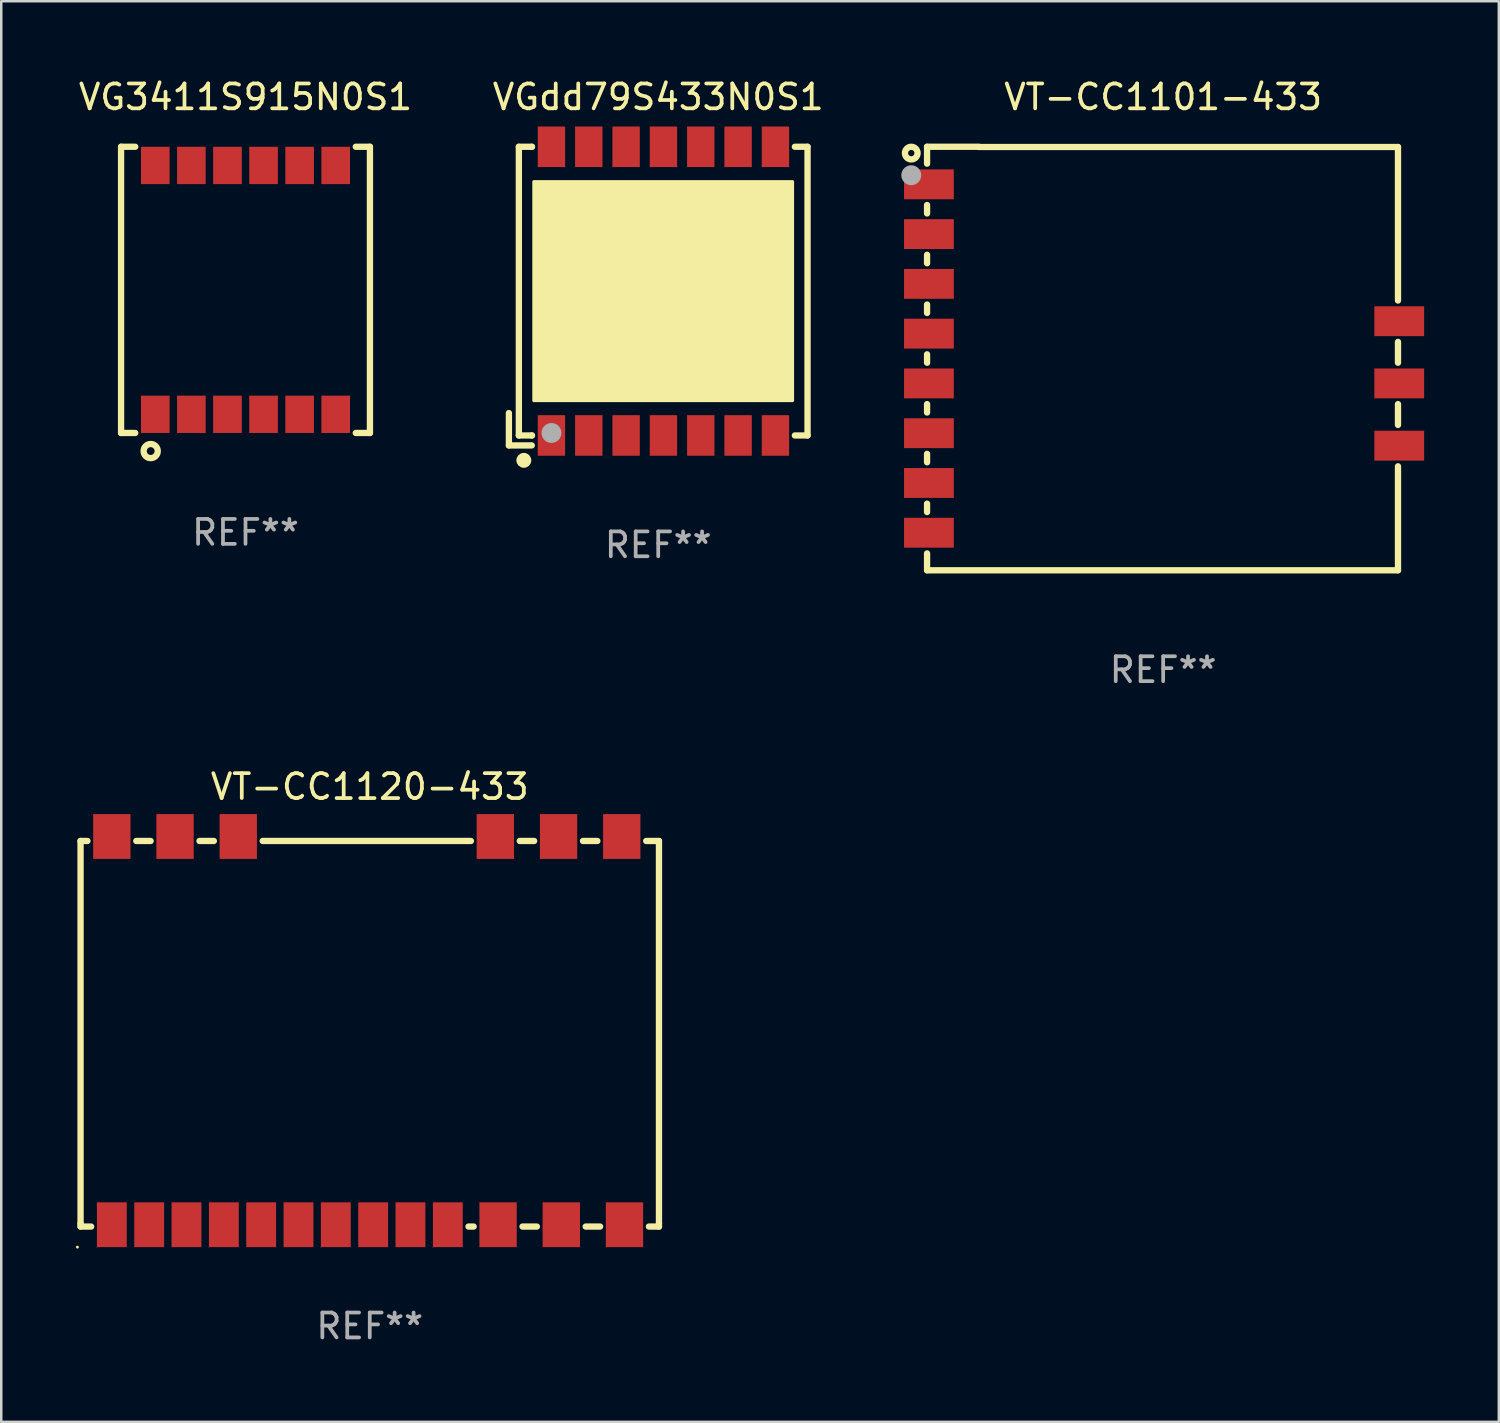
<source format=kicad_pcb>
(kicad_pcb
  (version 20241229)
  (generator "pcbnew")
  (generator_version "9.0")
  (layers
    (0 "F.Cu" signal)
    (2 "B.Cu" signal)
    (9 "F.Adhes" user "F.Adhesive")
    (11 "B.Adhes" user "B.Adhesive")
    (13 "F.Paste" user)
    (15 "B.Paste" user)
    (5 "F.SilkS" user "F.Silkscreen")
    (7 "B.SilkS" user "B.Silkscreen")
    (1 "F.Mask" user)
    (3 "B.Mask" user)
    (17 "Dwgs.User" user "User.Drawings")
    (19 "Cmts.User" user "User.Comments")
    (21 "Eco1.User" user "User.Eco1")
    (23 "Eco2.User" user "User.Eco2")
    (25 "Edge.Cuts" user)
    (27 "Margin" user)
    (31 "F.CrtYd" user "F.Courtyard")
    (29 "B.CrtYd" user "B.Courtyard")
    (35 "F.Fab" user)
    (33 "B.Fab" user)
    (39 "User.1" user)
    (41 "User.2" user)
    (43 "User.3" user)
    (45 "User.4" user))
  (footprint "VT-CC1101-433"
    (layer "F.Cu")
    (at 43.689 11.357)
    (property "Reference" "VT-CC1101-433" (at 0 -10.509 0) (layer "F.SilkS") (effects (font (size 1 1) (thickness 0.15))))
    (attr through_hole)
    (fp_line (start -9.487 -8.509) (end -7.412 -8.509) (stroke (width 0.254) (type solid)) (layer "F.SilkS"))
    (fp_line (start -9.487 -7.831) (end -9.487 -8.509) (stroke (width 0.254) (type solid)) (layer "F.SilkS"))
    (fp_line (start -9.487 -5.831) (end -9.487 -6.169) (stroke (width 0.254) (type solid)) (layer "F.SilkS"))
    (fp_line (start -9.487 -3.831) (end -9.487 -4.169) (stroke (width 0.254) (type solid)) (layer "F.SilkS"))
    (fp_line (start -9.487 -1.831) (end -9.487 -2.169) (stroke (width 0.254) (type solid)) (layer "F.SilkS"))
    (fp_line (start -9.487 0.169) (end -9.487 -0.169) (stroke (width 0.254) (type solid)) (layer "F.SilkS"))
    (fp_line (start -9.487 2.169) (end -9.487 1.831) (stroke (width 0.254) (type solid)) (layer "F.SilkS"))
    (fp_line (start -9.487 4.169) (end -9.487 3.831) (stroke (width 0.254) (type solid)) (layer "F.SilkS"))
    (fp_line (start -9.487 6.169) (end -9.487 5.831) (stroke (width 0.254) (type solid)) (layer "F.SilkS"))
    (fp_line (start -9.487 8.509) (end -9.487 7.831) (stroke (width 0.254) (type solid)) (layer "F.SilkS"))
    (fp_line (start -7.412 -8.5) (end 9.436 -8.5) (stroke (width 0.254) (type solid)) (layer "F.SilkS"))
    (fp_line (start 9.436 -8.5) (end 9.436 -2.331) (stroke (width 0.254) (type solid)) (layer "F.SilkS"))
    (fp_line (start 9.436 -0.669) (end 9.436 0.169) (stroke (width 0.254) (type solid)) (layer "F.SilkS"))
    (fp_line (start 9.436 1.831) (end 9.436 2.669) (stroke (width 0.254) (type solid)) (layer "F.SilkS"))
    (fp_line (start 9.436 4.331) (end 9.436 8.509) (stroke (width 0.254) (type solid)) (layer "F.SilkS"))
    (fp_line (start 9.436 8.509) (end -9.487 8.509) (stroke (width 0.254) (type solid)) (layer "F.SilkS"))
    (fp_circle (center -10.122 -8.255) (end -9.868 -8.255) (stroke (width 0.254) (type solid)) (fill no) (layer "F.SilkS"))
    (fp_circle (center -9.412 -8.5) (end -9.382 -8.5) (stroke (width 0.06) (type solid)) (fill no) (layer "F.SilkS"))
    (fp_circle (center -10.122 -7.366) (end -9.922 -7.366) (stroke (width 0.4) (type solid)) (fill no) (layer "F.Fab"))
    (fp_text user "REF**" (at 0 12.509 0) (layer "F.Fab") (effects (font (size 1 1) (thickness 0.15))))
    (pad "1" smd rect (at -9.412 -7) (size 2 1.2) (layers "F.Cu" "F.Mask" "F.Paste"))
    (pad "2" smd rect (at -9.412 -5) (size 2 1.2) (layers "F.Cu" "F.Mask" "F.Paste"))
    (pad "3" smd rect (at -9.412 -3) (size 2 1.2) (layers "F.Cu" "F.Mask" "F.Paste"))
    (pad "4" smd rect (at -9.412 -1) (size 2 1.2) (layers "F.Cu" "F.Mask" "F.Paste"))
    (pad "5" smd rect (at -9.412 1) (size 2 1.2) (layers "F.Cu" "F.Mask" "F.Paste"))
    (pad "6" smd rect (at -9.412 3) (size 2 1.2) (layers "F.Cu" "F.Mask" "F.Paste"))
    (pad "7" smd rect (at -9.412 5) (size 2 1.2) (layers "F.Cu" "F.Mask" "F.Paste"))
    (pad "8" smd rect (at -9.412 7) (size 2 1.2) (layers "F.Cu" "F.Mask" "F.Paste"))
    (pad "9" smd rect (at 9.487 3.5) (size 2 1.2) (layers "F.Cu" "F.Mask" "F.Paste"))
    (pad "10" smd rect (at 9.487 1) (size 2 1.2) (layers "F.Cu" "F.Mask" "F.Paste"))
    (pad "11" smd rect (at 9.487 -1.5) (size 2 1.2) (layers "F.Cu" "F.Mask" "F.Paste")))
  (footprint "VT-CC1120-433"
    (layer "F.Cu")
    (at 11.808 38.4)
    (property "Reference" "VT-CC1120-433" (at 0 -9.837 0) (layer "F.SilkS") (effects (font (size 1 1) (thickness 0.15))))
    (attr through_hole)
    (fp_line (start -11.621 -7.657) (end -11.345 -7.657) (stroke (width 0.254) (type solid)) (layer "F.SilkS"))
    (fp_line (start -11.621 7.71) (end -11.621 -7.657) (stroke (width 0.254) (type solid)) (layer "F.SilkS"))
    (fp_line (start -11.621 7.837) (end -11.621 7.71) (stroke (width 0.254) (type solid)) (layer "F.SilkS"))
    (fp_line (start -11.195 7.837) (end -11.621 7.837) (stroke (width 0.254) (type solid)) (layer "F.SilkS"))
    (fp_line (start -9.382 -7.657) (end -8.805 -7.657) (stroke (width 0.254) (type solid)) (layer "F.SilkS"))
    (fp_line (start -6.842 -7.657) (end -6.265 -7.657) (stroke (width 0.254) (type solid)) (layer "F.SilkS"))
    (fp_line (start -4.302 -7.657) (end 4.065 -7.657) (stroke (width 0.254) (type solid)) (layer "F.SilkS"))
    (fp_line (start 4.175 7.837) (end 3.968 7.837) (stroke (width 0.254) (type solid)) (layer "F.SilkS"))
    (fp_line (start 6.028 -7.657) (end 6.605 -7.657) (stroke (width 0.254) (type solid)) (layer "F.SilkS"))
    (fp_line (start 6.715 7.837) (end 6.138 7.837) (stroke (width 0.254) (type solid)) (layer "F.SilkS"))
    (fp_line (start 8.568 -7.657) (end 9.145 -7.657) (stroke (width 0.254) (type solid)) (layer "F.SilkS"))
    (fp_line (start 9.255 7.837) (end 8.678 7.837) (stroke (width 0.254) (type solid)) (layer "F.SilkS"))
    (fp_line (start 11.108 -7.657) (end 11.621 -7.657) (stroke (width 0.254) (type solid)) (layer "F.SilkS"))
    (fp_line (start 11.621 -7.657) (end 11.621 7.71) (stroke (width 0.254) (type solid)) (layer "F.SilkS"))
    (fp_line (start 11.621 7.71) (end 11.621 7.837) (stroke (width 0.254) (type solid)) (layer "F.SilkS"))
    (fp_line (start 11.621 7.837) (end 11.218 7.837) (stroke (width 0.254) (type solid)) (layer "F.SilkS"))
    (fp_circle (center -11.748 8.663) (end -11.718 8.663) (stroke (width 0.06) (type solid)) (fill no) (layer "F.SilkS"))
    (fp_text user "REF**" (at 0 11.837 0) (layer "F.Fab") (effects (font (size 1 1) (thickness 0.15))))
    (pad "1" smd rect (at -10.364 7.763) (size 1.2 1.8) (layers "F.Cu" "F.Mask" "F.Paste"))
    (pad "2" smd rect (at -8.863 7.763) (size 1.2 1.8) (layers "F.Cu" "F.Mask" "F.Paste"))
    (pad "3" smd rect (at -7.364 7.763) (size 1.2 1.8) (layers "F.Cu" "F.Mask" "F.Paste"))
    (pad "4" smd rect (at -5.863 7.763) (size 1.2 1.8) (layers "F.Cu" "F.Mask" "F.Paste"))
    (pad "5" smd rect (at -4.364 7.763) (size 1.2 1.8) (layers "F.Cu" "F.Mask" "F.Paste"))
    (pad "6" smd rect (at -2.863 7.763) (size 1.2 1.8) (layers "F.Cu" "F.Mask" "F.Paste"))
    (pad "7" smd rect (at -1.364 7.763) (size 1.2 1.8) (layers "F.Cu" "F.Mask" "F.Paste"))
    (pad "8" smd rect (at 0.137 7.763) (size 1.2 1.8) (layers "F.Cu" "F.Mask" "F.Paste"))
    (pad "9" smd rect (at 1.636 7.763) (size 1.2 1.8) (layers "F.Cu" "F.Mask" "F.Paste"))
    (pad "10" smd rect (at 3.137 7.763) (size 1.2 1.8) (layers "F.Cu" "F.Mask" "F.Paste"))
    (pad "11" smd rect (at 5.156 7.763) (size 1.5 1.8) (layers "F.Cu" "F.Mask" "F.Paste"))
    (pad "12" smd rect (at 7.696 7.763) (size 1.5 1.8) (layers "F.Cu" "F.Mask" "F.Paste"))
    (pad "13" smd rect (at 10.236 7.763) (size 1.5 1.8) (layers "F.Cu" "F.Mask" "F.Paste"))
    (pad "14" smd rect (at 10.126 -7.837) (size 1.5 1.8) (layers "F.Cu" "F.Mask" "F.Paste"))
    (pad "15" smd rect (at 7.586 -7.837) (size 1.5 1.8) (layers "F.Cu" "F.Mask" "F.Paste"))
    (pad "16" smd rect (at 5.046 -7.837) (size 1.5 1.8) (layers "F.Cu" "F.Mask" "F.Paste"))
    (pad "17" smd rect (at -10.364 -7.837) (size 1.5 1.8) (layers "F.Cu" "F.Mask" "F.Paste"))
    (pad "18" smd rect (at -7.824 -7.837) (size 1.5 1.8) (layers "F.Cu" "F.Mask" "F.Paste"))
    (pad "19" smd rect (at -5.284 -7.837) (size 1.5 1.8) (layers "F.Cu" "F.Mask" "F.Paste")))
  (footprint "VGdd79S433N0S1"
    (layer "F.Cu")
    (at 23.399 8.848)
    (property "Reference" "VGdd79S433N0S1" (at 0 -8 0) (layer "F.SilkS") (effects (font (size 1 1) (thickness 0.15))))
    (attr through_hole)
    (fp_line (start -6 4.7) (end -6 6) (stroke (width 0.254) (type solid)) (layer "F.SilkS"))
    (fp_line (start -6 6) (end -5.081 6) (stroke (width 0.254) (type solid)) (layer "F.SilkS"))
    (fp_line (start -5.6 -6) (end -5.081 -6) (stroke (width 0.254) (type solid)) (layer "F.SilkS"))
    (fp_line (start -5.6 5.6) (end -5.6 -6) (stroke (width 0.254) (type solid)) (layer "F.SilkS"))
    (fp_line (start -5.081 5.6) (end -5.6 5.6) (stroke (width 0.254) (type solid)) (layer "F.SilkS"))
    (fp_line (start -5.071 -6) (end -5.081 -6) (stroke (width 0.254) (type solid)) (layer "F.SilkS"))
    (fp_line (start -5.071 5.6) (end -5.081 5.6) (stroke (width 0.254) (type solid)) (layer "F.SilkS"))
    (fp_line (start 6 -6) (end 5.491 -6) (stroke (width 0.254) (type solid)) (layer "F.SilkS"))
    (fp_line (start 6 -6) (end 6 5.6) (stroke (width 0.254) (type solid)) (layer "F.SilkS"))
    (fp_line (start 6 5.6) (end 5.491 5.6) (stroke (width 0.254) (type solid)) (layer "F.SilkS"))
    (fp_circle (center -5.55 5.55) (end -5.52 5.55) (stroke (width 0.06) (type solid)) (fill no) (layer "F.SilkS"))
    (fp_circle (center -5.4 6.6) (end -5.25 6.6) (stroke (width 0.3) (type solid)) (fill no) (layer "F.SilkS"))
    (fp_circle (center -4.3 3.5) (end -4.1 3.5) (stroke (width 0.4) (type solid)) (fill no) (layer "F.SilkS"))
    (fp_poly (pts (xy -5 -4.6) (xy 5.4 -4.6) (xy 5.4 4.2) (xy -5 4.2)) (stroke (width 0.12) (type solid)) (fill yes) (layer "F.SilkS"))
    (fp_circle (center -4.29 5.5) (end -4.09 5.5) (stroke (width 0.4) (type solid)) (fill no) (layer "F.Fab"))
    (fp_text user "REF**" (at 0 10 0) (layer "F.Fab") (effects (font (size 1 1) (thickness 0.15))))
    (pad "1" smd rect (at -4.29 5.6) (size 1.1 1.63) (layers "F.Cu" "F.Mask" "F.Paste"))
    (pad "2" smd rect (at -2.79 5.6) (size 1.1 1.63) (layers "F.Cu" "F.Mask" "F.Paste"))
    (pad "3" smd rect (at -1.29 5.6) (size 1.1 1.63) (layers "F.Cu" "F.Mask" "F.Paste"))
    (pad "4" smd rect (at 0.21 5.6) (size 1.1 1.63) (layers "F.Cu" "F.Mask" "F.Paste"))
    (pad "5" smd rect (at 1.71 5.6) (size 1.1 1.63) (layers "F.Cu" "F.Mask" "F.Paste"))
    (pad "6" smd rect (at 3.21 5.6) (size 1.1 1.63) (layers "F.Cu" "F.Mask" "F.Paste"))
    (pad "7" smd rect (at 4.71 5.6) (size 1.1 1.63) (layers "F.Cu" "F.Mask" "F.Paste"))
    (pad "8" smd rect (at 4.71 -6) (size 1.1 1.63) (layers "F.Cu" "F.Mask" "F.Paste"))
    (pad "9" smd rect (at 3.21 -6) (size 1.1 1.63) (layers "F.Cu" "F.Mask" "F.Paste"))
    (pad "10" smd rect (at 1.71 -6) (size 1.1 1.63) (layers "F.Cu" "F.Mask" "F.Paste"))
    (pad "11" smd rect (at 0.21 -6) (size 1.1 1.63) (layers "F.Cu" "F.Mask" "F.Paste"))
    (pad "12" smd rect (at -1.29 -6) (size 1.1 1.63) (layers "F.Cu" "F.Mask" "F.Paste"))
    (pad "13" smd rect (at -2.79 -6) (size 1.1 1.63) (layers "F.Cu" "F.Mask" "F.Paste"))
    (pad "14" smd rect (at -4.29 -6) (size 1.1 1.63) (layers "F.Cu" "F.Mask" "F.Paste")))
  (footprint "VG3411S915N0S1"
    (layer "F.Cu")
    (at 6.815 8.598)
    (property "Reference" "VG3411S915N0S1" (at 0 -7.75 0) (layer "F.SilkS") (effects (font (size 1 1) (thickness 0.15))))
    (attr through_hole)
    (fp_line (start -5 -5.75) (end -5 5.75) (stroke (width 0.254) (type solid)) (layer "F.SilkS"))
    (fp_line (start -5 -5.75) (end -4.431 -5.75) (stroke (width 0.254) (type solid)) (layer "F.SilkS"))
    (fp_line (start -5 5.75) (end -4.431 5.75) (stroke (width 0.254) (type solid)) (layer "F.SilkS"))
    (fp_line (start 4.431 -5.75) (end 5 -5.75) (stroke (width 0.254) (type solid)) (layer "F.SilkS"))
    (fp_line (start 4.431 5.75) (end 5 5.75) (stroke (width 0.254) (type solid)) (layer "F.SilkS"))
    (fp_line (start 5 5.75) (end 5 -5.75) (stroke (width 0.254) (type solid)) (layer "F.SilkS"))
    (fp_circle (center -3.81 6.477) (end -3.526 6.477) (stroke (width 0.254) (type solid)) (fill no) (layer "F.SilkS"))
    (fp_text user "REF**" (at 0 9.75 0) (layer "F.Fab") (effects (font (size 1 1) (thickness 0.15))))
    (pad "1" smd rect (at -3.625 5) (size 1.15 1.5) (layers "F.Cu" "F.Mask" "F.Paste"))
    (pad "2" smd rect (at -2.175 5) (size 1.15 1.5) (layers "F.Cu" "F.Mask" "F.Paste"))
    (pad "3" smd rect (at -0.725 5) (size 1.15 1.5) (layers "F.Cu" "F.Mask" "F.Paste"))
    (pad "4" smd rect (at 0.725 5) (size 1.15 1.5) (layers "F.Cu" "F.Mask" "F.Paste"))
    (pad "5" smd rect (at 2.175 5) (size 1.15 1.5) (layers "F.Cu" "F.Mask" "F.Paste"))
    (pad "6" smd rect (at 3.625 5) (size 1.15 1.5) (layers "F.Cu" "F.Mask" "F.Paste"))
    (pad "7" smd rect (at 3.625 -5) (size 1.15 1.5) (layers "F.Cu" "F.Mask" "F.Paste"))
    (pad "8" smd rect (at 2.175 -5) (size 1.15 1.5) (layers "F.Cu" "F.Mask" "F.Paste"))
    (pad "9" smd rect (at 0.725 -5) (size 1.15 1.5) (layers "F.Cu" "F.Mask" "F.Paste"))
    (pad "10" smd rect (at -0.725 -5) (size 1.15 1.5) (layers "F.Cu" "F.Mask" "F.Paste"))
    (pad "11" smd rect (at -2.175 -5) (size 1.15 1.5) (layers "F.Cu" "F.Mask" "F.Paste"))
    (pad "12" smd rect (at -3.625 -5) (size 1.15 1.5) (layers "F.Cu" "F.Mask" "F.Paste")))
  (gr_rect
    (start -3 -3)
    (end 57.177 54.085)
    (stroke (width 0.1) (type default))
    (fill no)
    (layer "Edge.Cuts")))
</source>
